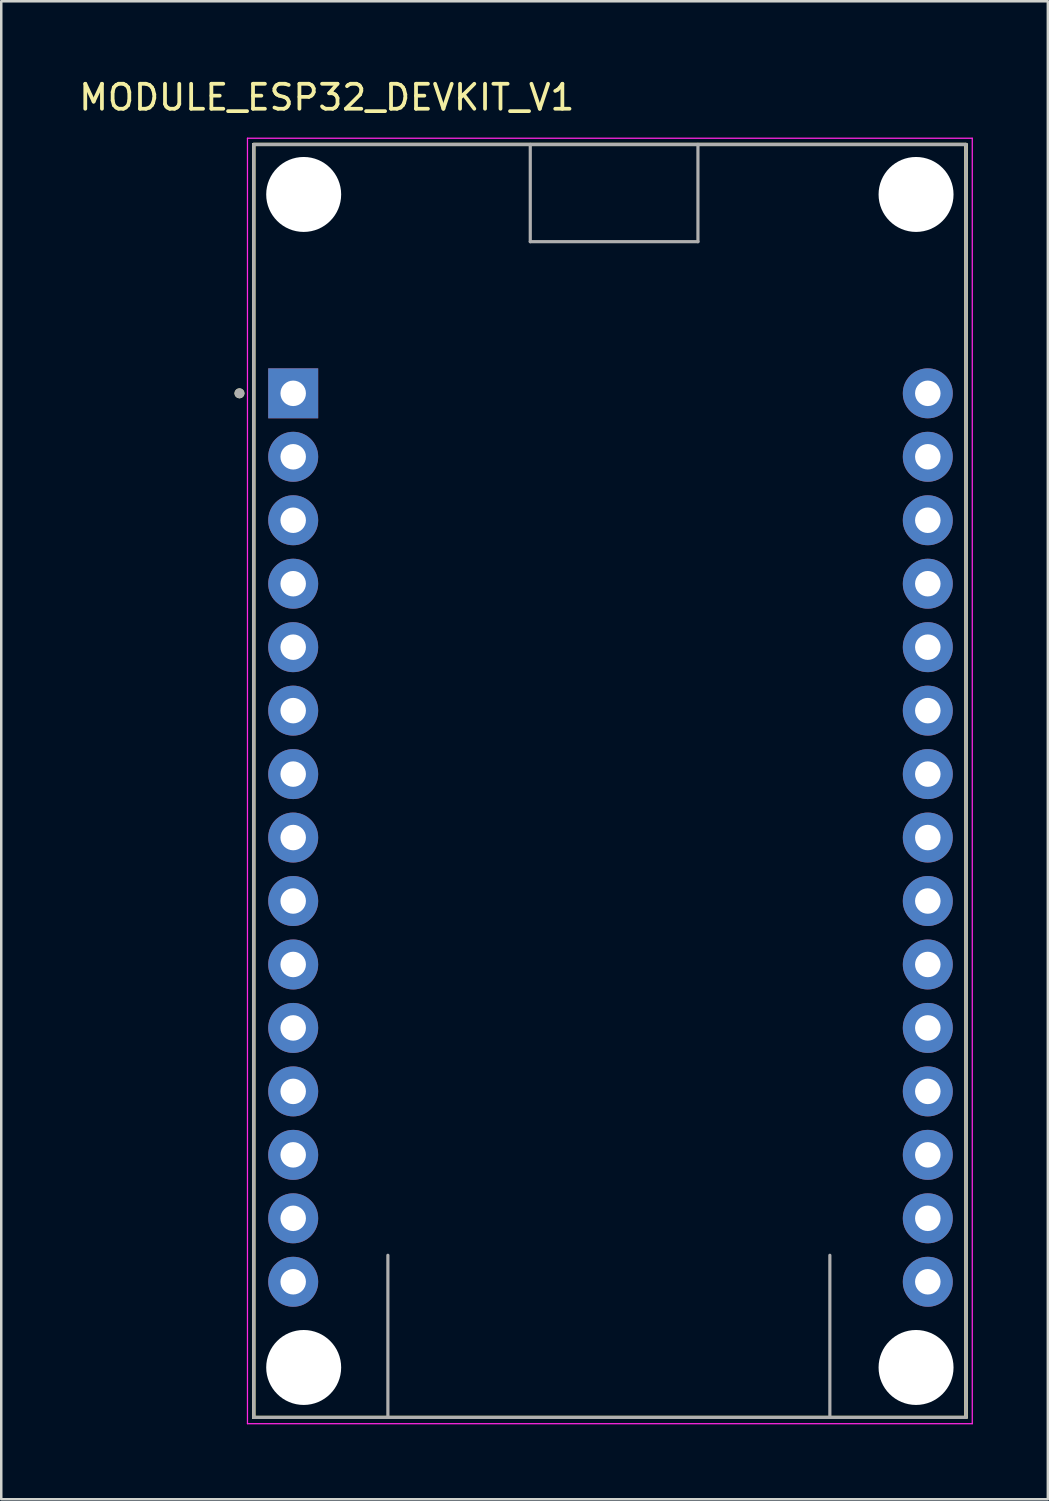
<source format=kicad_pcb>
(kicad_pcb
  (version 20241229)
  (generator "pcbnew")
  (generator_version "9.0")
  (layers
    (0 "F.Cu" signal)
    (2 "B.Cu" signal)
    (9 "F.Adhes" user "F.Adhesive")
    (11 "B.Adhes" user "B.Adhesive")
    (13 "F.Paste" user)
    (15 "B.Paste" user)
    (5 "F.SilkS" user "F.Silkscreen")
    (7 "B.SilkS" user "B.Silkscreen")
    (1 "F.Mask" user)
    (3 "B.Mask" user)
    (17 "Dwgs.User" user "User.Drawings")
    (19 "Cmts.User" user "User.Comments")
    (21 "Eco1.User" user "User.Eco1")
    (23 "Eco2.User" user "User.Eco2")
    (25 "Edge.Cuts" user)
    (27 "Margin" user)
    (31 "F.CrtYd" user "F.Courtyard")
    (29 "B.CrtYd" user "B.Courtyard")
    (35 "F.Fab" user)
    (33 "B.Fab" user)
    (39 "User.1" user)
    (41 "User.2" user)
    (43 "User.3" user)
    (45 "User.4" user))
  (footprint "MODULE_ESP32_DEVKIT_V1"
    (layer "F.Cu")
    (at 21.385 28.208)
    (property "Reference" "MODULE_ESP32_DEVKIT_V1" (at -11.355 -27.36 0) (layer "F.SilkS") (effects (font (size 1 1) (thickness 0.15))))
    (attr through_hole)
    (fp_line (start -14.28 -25.475) (end -3.211 -25.475) (stroke (width 0.127) (type solid)) (layer "F.SilkS"))
    (fp_line (start -14.28 -25.475) (end 14.23 -25.475) (stroke (width 0.127) (type solid)) (layer "F.SilkS"))
    (fp_line (start -14.28 25.475) (end -14.28 -25.475) (stroke (width 0.127) (type solid)) (layer "F.SilkS"))
    (fp_line (start -14.28 25.475) (end -14.28 -25.475) (stroke (width 0.127) (type solid)) (layer "F.SilkS"))
    (fp_line (start -14.28 25.475) (end -8.91 25.475) (stroke (width 0.127) (type solid)) (layer "F.SilkS"))
    (fp_line (start -8.91 25.475) (end 8.78 25.475) (stroke (width 0.127) (type solid)) (layer "F.SilkS"))
    (fp_line (start -3.211 -25.475) (end 3.5 -25.475) (stroke (width 0.127) (type solid)) (layer "F.SilkS"))
    (fp_line (start 3.5 -25.475) (end 14.23 -25.475) (stroke (width 0.127) (type solid)) (layer "F.SilkS"))
    (fp_line (start 8.78 25.475) (end 14.23 25.475) (stroke (width 0.127) (type solid)) (layer "F.SilkS"))
    (fp_line (start 14.23 -25.475) (end 14.23 25.475) (stroke (width 0.127) (type solid)) (layer "F.SilkS"))
    (fp_line (start 14.23 -25.475) (end 14.23 25.475) (stroke (width 0.127) (type solid)) (layer "F.SilkS"))
    (fp_line (start 14.23 25.475) (end -14.28 25.475) (stroke (width 0.127) (type solid)) (layer "F.SilkS"))
    (fp_circle (center -14.85 -15.515) (end -14.75 -15.515) (stroke (width 0.2) (type solid)) (fill no) (layer "F.SilkS"))
    (fp_line (start -14.53 -25.725) (end -14.53 25.725) (stroke (width 0.05) (type solid)) (layer "F.CrtYd"))
    (fp_line (start -14.53 25.725) (end 14.48 25.725) (stroke (width 0.05) (type solid)) (layer "F.CrtYd"))
    (fp_line (start 14.48 -25.725) (end -14.53 -25.725) (stroke (width 0.05) (type solid)) (layer "F.CrtYd"))
    (fp_line (start 14.48 25.725) (end 14.48 -25.725) (stroke (width 0.05) (type solid)) (layer "F.CrtYd"))
    (fp_line (start -14.28 -25.475) (end -3.211 -25.475) (stroke (width 0.127) (type solid)) (layer "F.Fab"))
    (fp_line (start -14.28 25.475) (end -14.28 -25.475) (stroke (width 0.127) (type solid)) (layer "F.Fab"))
    (fp_line (start -14.28 25.475) (end -8.91 25.475) (stroke (width 0.127) (type solid)) (layer "F.Fab"))
    (fp_line (start -8.91 25.475) (end -8.91 18.985) (stroke (width 0.127) (type solid)) (layer "F.Fab"))
    (fp_line (start -8.91 25.475) (end 8.78 25.475) (stroke (width 0.127) (type solid)) (layer "F.Fab"))
    (fp_line (start -3.211 -25.475) (end 3.5 -25.475) (stroke (width 0.127) (type solid)) (layer "F.Fab"))
    (fp_line (start -3.211 -21.585) (end -3.211 -25.475) (stroke (width 0.127) (type solid)) (layer "F.Fab"))
    (fp_line (start 3.5 -25.475) (end 3.5 -21.585) (stroke (width 0.127) (type solid)) (layer "F.Fab"))
    (fp_line (start 3.5 -25.475) (end 14.23 -25.475) (stroke (width 0.127) (type solid)) (layer "F.Fab"))
    (fp_line (start 3.5 -21.585) (end -3.211 -21.585) (stroke (width 0.127) (type solid)) (layer "F.Fab"))
    (fp_line (start 8.78 18.985) (end 8.78 25.475) (stroke (width 0.127) (type solid)) (layer "F.Fab"))
    (fp_line (start 8.78 25.475) (end 14.23 25.475) (stroke (width 0.127) (type solid)) (layer "F.Fab"))
    (fp_line (start 14.23 -25.475) (end 14.23 25.475) (stroke (width 0.127) (type solid)) (layer "F.Fab"))
    (fp_circle (center -14.85 -15.515) (end -14.75 -15.515) (stroke (width 0.2) (type solid)) (fill no) (layer "F.Fab"))
    (pad "" np_thru_hole circle (at -12.28 -23.475) (size 3 3) (drill 3) (layers "*.Cu" "*.Mask"))
    (pad "" np_thru_hole circle (at -12.28 23.475) (size 3 3) (drill 3) (layers "*.Cu" "*.Mask"))
    (pad "" np_thru_hole circle (at 12.23 -23.475) (size 3 3) (drill 3) (layers "*.Cu" "*.Mask"))
    (pad "" np_thru_hole circle (at 12.23 23.475) (size 3 3) (drill 3) (layers "*.Cu" "*.Mask"))
    (pad "1" thru_hole rect (at -12.7 -15.515) (size 2 2) (drill 1.02) (layers "*.Cu" "*.Mask"))
    (pad "2" thru_hole circle (at -12.7 -12.975) (size 2 2) (drill 1.02) (layers "*.Cu" "*.Mask"))
    (pad "2" thru_hole circle (at 12.7 -12.975) (size 2 2) (drill 1.02) (layers "*.Cu" "*.Mask"))
    (pad "3" thru_hole circle (at -12.7 -10.435) (size 2 2) (drill 1.02) (layers "*.Cu" "*.Mask"))
    (pad "4" thru_hole circle (at -12.7 -7.895) (size 2 2) (drill 1.02) (layers "*.Cu" "*.Mask"))
    (pad "5" thru_hole circle (at -12.7 -5.355) (size 2 2) (drill 1.02) (layers "*.Cu" "*.Mask"))
    (pad "6" thru_hole circle (at -12.7 -2.815) (size 2 2) (drill 1.02) (layers "*.Cu" "*.Mask"))
    (pad "7" thru_hole circle (at -12.7 -0.275) (size 2 2) (drill 1.02) (layers "*.Cu" "*.Mask"))
    (pad "8" thru_hole circle (at -12.7 2.265) (size 2 2) (drill 1.02) (layers "*.Cu" "*.Mask"))
    (pad "9" thru_hole circle (at -12.7 4.805) (size 2 2) (drill 1.02) (layers "*.Cu" "*.Mask"))
    (pad "10" thru_hole circle (at -12.7 7.345) (size 2 2) (drill 1.02) (layers "*.Cu" "*.Mask"))
    (pad "11" thru_hole circle (at -12.7 9.885) (size 2 2) (drill 1.02) (layers "*.Cu" "*.Mask"))
    (pad "12" thru_hole circle (at -12.7 12.425) (size 2 2) (drill 1.02) (layers "*.Cu" "*.Mask"))
    (pad "13" thru_hole circle (at -12.7 14.965) (size 2 2) (drill 1.02) (layers "*.Cu" "*.Mask"))
    (pad "14" thru_hole circle (at -12.7 17.505) (size 2 2) (drill 1.02) (layers "*.Cu" "*.Mask"))
    (pad "15" thru_hole circle (at -12.7 20.045) (size 2 2) (drill 1.02) (layers "*.Cu" "*.Mask"))
    (pad "16" thru_hole circle (at 12.7 20.045) (size 2 2) (drill 1.02) (layers "*.Cu" "*.Mask"))
    (pad "17" thru_hole circle (at 12.7 17.505) (size 2 2) (drill 1.02) (layers "*.Cu" "*.Mask"))
    (pad "18" thru_hole circle (at 12.7 14.965) (size 2 2) (drill 1.02) (layers "*.Cu" "*.Mask"))
    (pad "19" thru_hole circle (at 12.7 12.425) (size 2 2) (drill 1.02) (layers "*.Cu" "*.Mask"))
    (pad "20" thru_hole circle (at 12.7 9.885) (size 2 2) (drill 1.02) (layers "*.Cu" "*.Mask"))
    (pad "21" thru_hole circle (at 12.7 7.345) (size 2 2) (drill 1.02) (layers "*.Cu" "*.Mask"))
    (pad "22" thru_hole circle (at 12.7 4.805) (size 2 2) (drill 1.02) (layers "*.Cu" "*.Mask"))
    (pad "23" thru_hole circle (at 12.7 2.265) (size 2 2) (drill 1.02) (layers "*.Cu" "*.Mask"))
    (pad "24" thru_hole circle (at 12.7 -0.275) (size 2 2) (drill 1.02) (layers "*.Cu" "*.Mask"))
    (pad "25" thru_hole circle (at 12.7 -2.815) (size 2 2) (drill 1.02) (layers "*.Cu" "*.Mask"))
    (pad "26" thru_hole circle (at 12.7 -5.355) (size 2 2) (drill 1.02) (layers "*.Cu" "*.Mask"))
    (pad "27" thru_hole circle (at 12.7 -7.895) (size 2 2) (drill 1.02) (layers "*.Cu" "*.Mask"))
    (pad "28" thru_hole circle (at 12.7 -10.435) (size 2 2) (drill 1.02) (layers "*.Cu" "*.Mask"))
    (pad "30" thru_hole circle (at 12.7 -15.515) (size 2 2) (drill 1.02) (layers "*.Cu" "*.Mask"))
    (zone (net_name "") (layer "F.Cu") (hatch full 0.508) (connect_pads) (min_thickness 0.01) (filled_areas_thickness no) (keepout (tracks not_allowed) (vias not_allowed) (pads not_allowed) (copperpour not_allowed) (footprints allowed)) (placement (enabled no)) (fill) (polygon (pts (xy 12.475 47.193) (xy 30.165 47.193) (xy 30.165 53.683) (xy 12.475 53.683))))
    (zone (net_name "") (layers "F.Cu" "B.Cu") (hatch full 0.508) (connect_pads) (min_thickness 0.01) (filled_areas_thickness no) (keepout (tracks allowed) (vias not_allowed) (pads allowed) (copperpour allowed) (footprints allowed)) (placement (enabled no)) (fill) (polygon (pts (xy 12.475 47.193) (xy 30.165 47.193) (xy 30.165 53.683) (xy 12.475 53.683))))
    (zone (net_name "") (layer "B.Cu") (hatch full 0.508) (connect_pads) (min_thickness 0.01) (filled_areas_thickness no) (keepout (tracks not_allowed) (vias not_allowed) (pads not_allowed) (copperpour not_allowed) (footprints allowed)) (placement (enabled no)) (fill) (polygon (pts (xy 12.475 47.193) (xy 30.165 47.193) (xy 30.165 53.683) (xy 12.475 53.683)))))
  (gr_rect
    (start -3 -3)
    (end 38.89 56.958)
    (stroke (width 0.1) (type default))
    (fill no)
    (layer "Edge.Cuts")))
</source>
